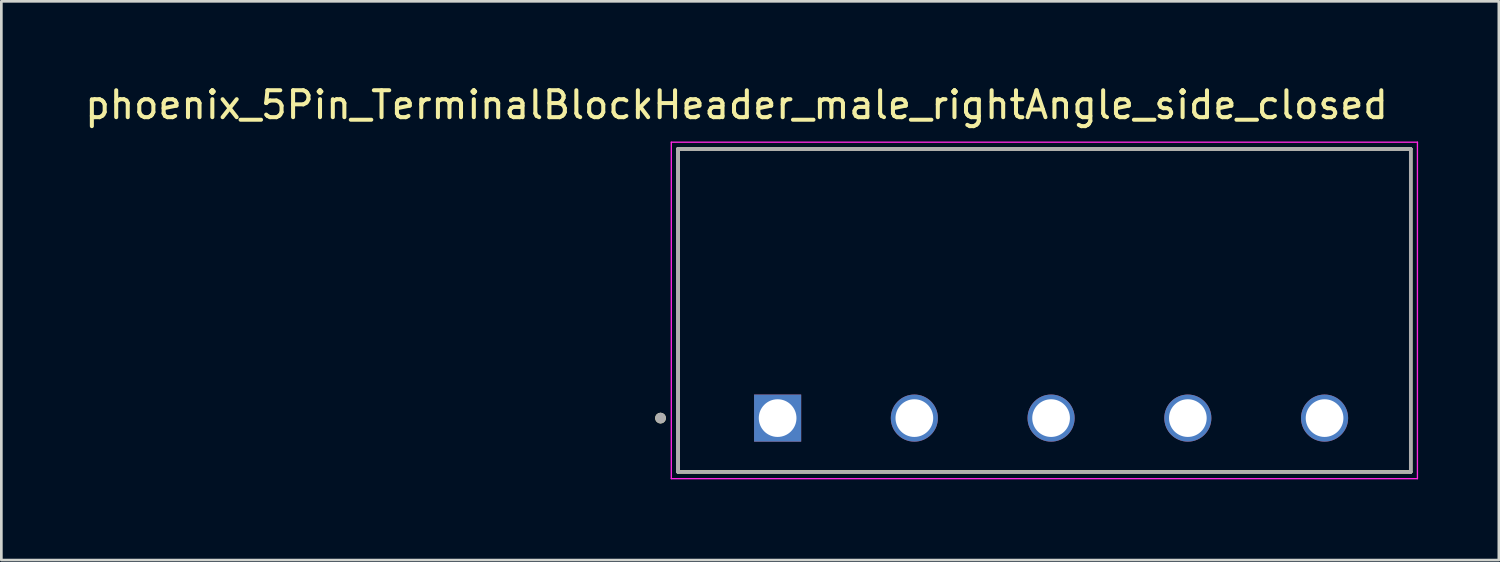
<source format=kicad_pcb>
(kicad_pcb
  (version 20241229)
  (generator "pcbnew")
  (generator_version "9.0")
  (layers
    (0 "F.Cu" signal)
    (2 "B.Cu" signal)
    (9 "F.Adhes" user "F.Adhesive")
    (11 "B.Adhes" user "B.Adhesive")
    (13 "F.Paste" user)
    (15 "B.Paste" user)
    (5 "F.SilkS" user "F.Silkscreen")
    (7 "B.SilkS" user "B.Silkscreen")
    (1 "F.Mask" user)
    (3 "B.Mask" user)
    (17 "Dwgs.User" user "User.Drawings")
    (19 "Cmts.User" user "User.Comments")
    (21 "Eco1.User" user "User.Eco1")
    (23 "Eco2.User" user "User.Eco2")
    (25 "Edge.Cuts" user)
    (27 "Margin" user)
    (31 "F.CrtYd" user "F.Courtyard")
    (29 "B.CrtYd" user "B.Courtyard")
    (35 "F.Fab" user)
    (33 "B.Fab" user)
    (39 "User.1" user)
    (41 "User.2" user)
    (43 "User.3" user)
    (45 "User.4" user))
  (footprint "phoenix_5Pin_TerminalBlockHeader_male_rightAngle_side_closed"
    (layer "F.Cu")
    (at 25.84 12.483)
    (property "Reference" "phoenix_5Pin_TerminalBlockHeader_male_rightAngle_side_closed" (at -1.525 -11.635 0) (layer "F.SilkS") (effects (font (size 1 1) (thickness 0.15))))
    (attr through_hole)
    (fp_line (start -3.7 2) (end -3.7 -10) (stroke (width 0.127) (type solid)) (layer "F.SilkS"))
    (fp_line (start 23.52 -10) (end -3.7 -10) (stroke (width 0.127) (type solid)) (layer "F.SilkS"))
    (fp_line (start 23.52 -10) (end 23.52 2) (stroke (width 0.127) (type solid)) (layer "F.SilkS"))
    (fp_line (start 23.52 2) (end -3.7 2) (stroke (width 0.127) (type solid)) (layer "F.SilkS"))
    (fp_circle (center -4.35 0) (end -4.25 0) (stroke (width 0.2) (type solid)) (fill no) (layer "F.SilkS"))
    (fp_line (start -3.95 -10.25) (end 23.77 -10.25) (stroke (width 0.05) (type solid)) (layer "F.CrtYd"))
    (fp_line (start -3.95 2.25) (end -3.95 -10.25) (stroke (width 0.05) (type solid)) (layer "F.CrtYd"))
    (fp_line (start 23.77 -10.25) (end 23.77 2.25) (stroke (width 0.05) (type solid)) (layer "F.CrtYd"))
    (fp_line (start 23.77 2.25) (end -3.95 2.25) (stroke (width 0.05) (type solid)) (layer "F.CrtYd"))
    (fp_line (start -3.7 -10) (end 23.52 -10) (stroke (width 0.127) (type solid)) (layer "F.Fab"))
    (fp_line (start -3.7 -10) (end 23.52 -10) (stroke (width 0.127) (type solid)) (layer "F.Fab"))
    (fp_line (start -3.7 2) (end -3.7 -10) (stroke (width 0.127) (type solid)) (layer "F.Fab"))
    (fp_line (start -3.7 2) (end -3.7 -10) (stroke (width 0.127) (type solid)) (layer "F.Fab"))
    (fp_line (start 23.52 -10) (end 23.52 2) (stroke (width 0.127) (type solid)) (layer "F.Fab"))
    (fp_line (start 23.52 -10) (end 23.52 2) (stroke (width 0.127) (type solid)) (layer "F.Fab"))
    (fp_line (start 23.52 2) (end -3.7 2) (stroke (width 0.127) (type solid)) (layer "F.Fab"))
    (fp_circle (center -4.35 0) (end -4.25 0) (stroke (width 0.2) (type solid)) (fill no) (layer "F.Fab"))
    (pad "1" thru_hole rect (at 0 0) (size 1.75 1.75) (drill 1.4) (layers "*.Cu" "*.Mask"))
    (pad "2" thru_hole circle (at 5.08 0) (size 1.75 1.75) (drill 1.4) (layers "*.Cu" "*.Mask"))
    (pad "3" thru_hole circle (at 10.16 0) (size 1.75 1.75) (drill 1.4) (layers "*.Cu" "*.Mask"))
    (pad "4" thru_hole circle (at 15.24 0) (size 1.75 1.75) (drill 1.4) (layers "*.Cu" "*.Mask"))
    (pad "5" thru_hole circle (at 20.32 0) (size 1.75 1.75) (drill 1.4) (layers "*.Cu" "*.Mask")))
  (gr_rect
    (start -3 -3)
    (end 52.635 17.758)
    (stroke (width 0.1) (type default))
    (fill no)
    (layer "Edge.Cuts")))
</source>
